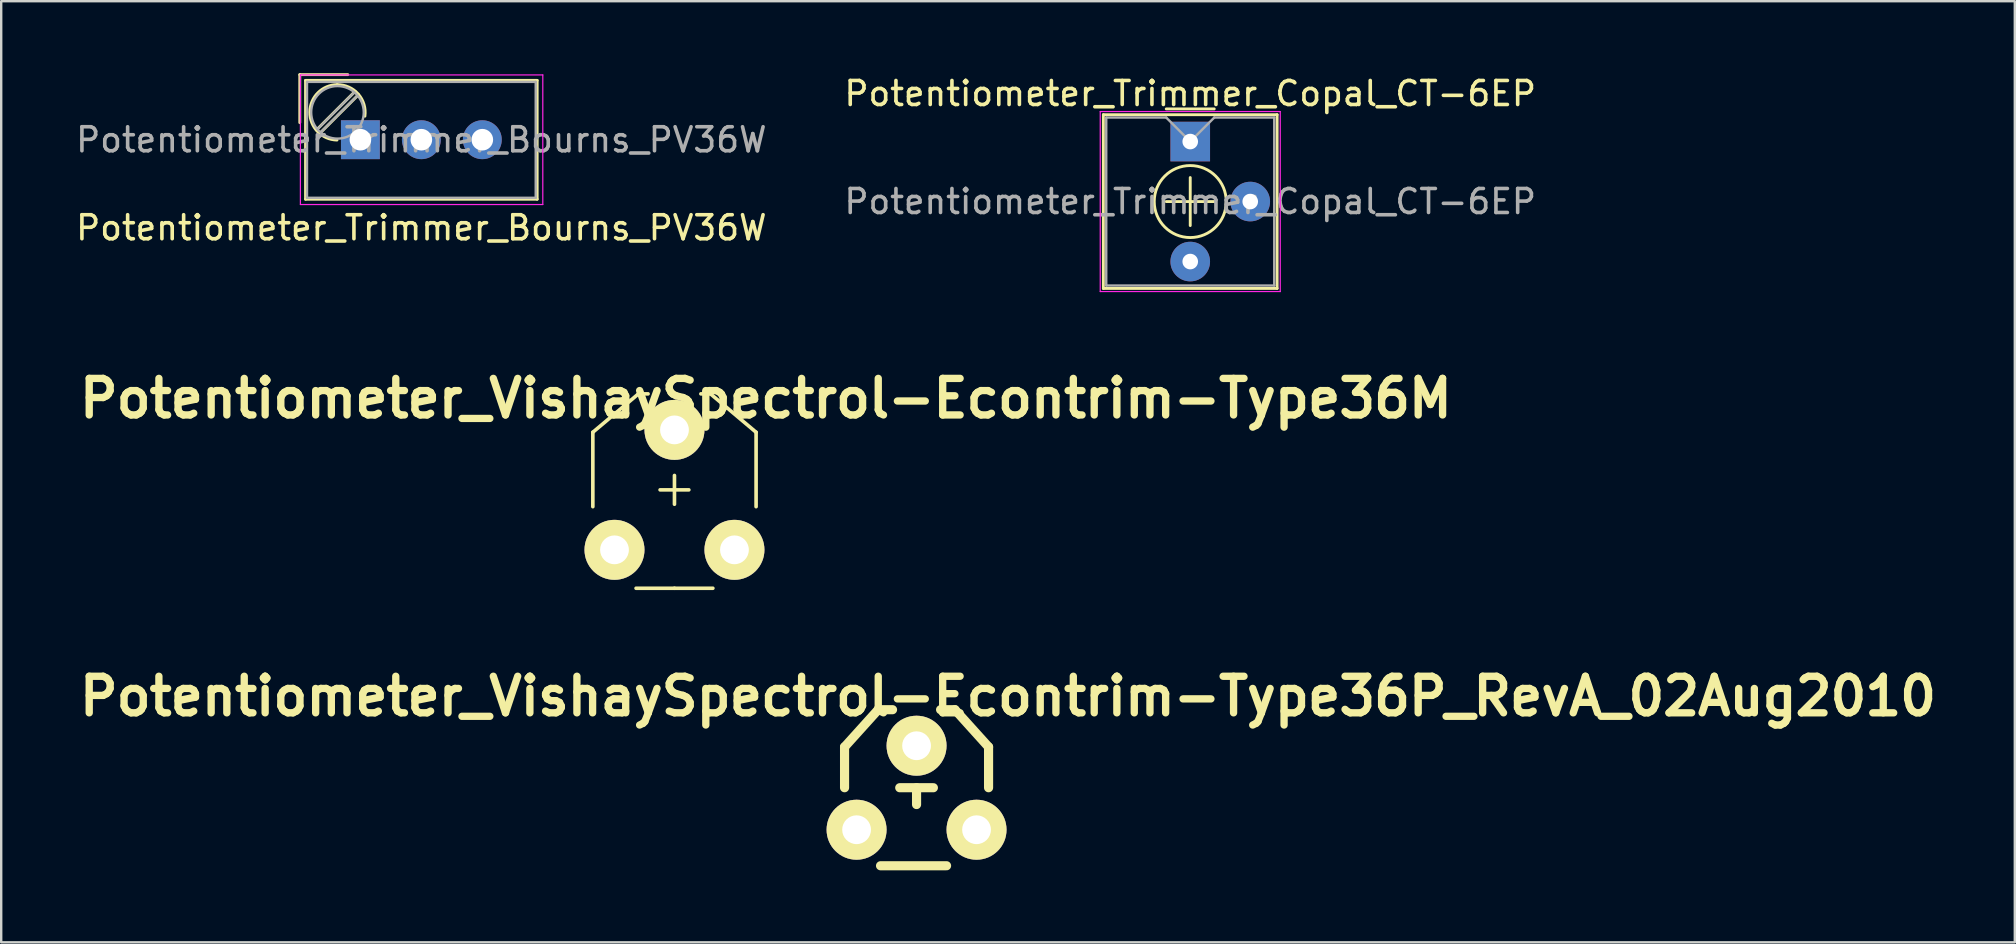
<source format=kicad_pcb>
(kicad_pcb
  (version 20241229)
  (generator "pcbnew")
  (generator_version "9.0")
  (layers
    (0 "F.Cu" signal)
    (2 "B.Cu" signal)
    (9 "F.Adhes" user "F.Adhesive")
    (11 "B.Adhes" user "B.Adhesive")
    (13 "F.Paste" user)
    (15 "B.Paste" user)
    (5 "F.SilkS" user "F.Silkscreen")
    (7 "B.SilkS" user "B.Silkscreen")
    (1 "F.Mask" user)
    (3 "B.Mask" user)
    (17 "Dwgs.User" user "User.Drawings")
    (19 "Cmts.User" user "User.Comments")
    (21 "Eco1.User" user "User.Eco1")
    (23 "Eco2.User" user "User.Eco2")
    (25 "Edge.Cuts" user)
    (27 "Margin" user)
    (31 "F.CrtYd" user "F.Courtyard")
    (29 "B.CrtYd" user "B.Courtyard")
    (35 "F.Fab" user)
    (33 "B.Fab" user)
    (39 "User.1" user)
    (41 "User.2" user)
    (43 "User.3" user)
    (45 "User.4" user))
  (footprint "Potentiometer_Trimmer_Copal_CT-6EP"
    (layer "F.Cu")
    (at 46.542 2.848)
    (property "Reference" "Potentiometer_Trimmer_Copal_CT-6EP" (at 0 -2 0) (layer "F.SilkS") (effects (font (size 1 1) (thickness 0.15))))
    (attr through_hole)
    (fp_line (start -3.62 -1.12) (end -3.62 6.12) (stroke (width 0.12) (type solid)) (layer "F.SilkS"))
    (fp_line (start -3.62 6.12) (end 3.62 6.12) (stroke (width 0.12) (type solid)) (layer "F.SilkS"))
    (fp_line (start -1 -1.36) (end 1 -1.36) (stroke (width 0.12) (type solid)) (layer "F.SilkS"))
    (fp_line (start -1 2.5) (end 1 2.5) (stroke (width 0.12) (type solid)) (layer "F.SilkS"))
    (fp_line (start 0 1.5) (end 0 3.5) (stroke (width 0.12) (type solid)) (layer "F.SilkS"))
    (fp_line (start 3.62 -1.12) (end -3.62 -1.12) (stroke (width 0.12) (type solid)) (layer "F.SilkS"))
    (fp_line (start 3.62 6.12) (end 3.62 -1.12) (stroke (width 0.12) (type solid)) (layer "F.SilkS"))
    (fp_circle (center 0 2.5) (end 1.5 2.5) (stroke (width 0.12) (type solid)) (fill no) (layer "F.SilkS"))
    (fp_line (start -3.75 -1.25) (end -3.75 6.25) (stroke (width 0.05) (type solid)) (layer "F.CrtYd"))
    (fp_line (start -3.75 6.25) (end 3.75 6.25) (stroke (width 0.05) (type solid)) (layer "F.CrtYd"))
    (fp_line (start 3.75 -1.25) (end -3.75 -1.25) (stroke (width 0.05) (type solid)) (layer "F.CrtYd"))
    (fp_line (start 3.75 6.25) (end 3.75 -1.25) (stroke (width 0.05) (type solid)) (layer "F.CrtYd"))
    (fp_line (start -3.5 -1) (end -1 -1) (stroke (width 0.1) (type solid)) (layer "F.Fab"))
    (fp_line (start -3.5 6) (end -3.5 -1) (stroke (width 0.1) (type solid)) (layer "F.Fab"))
    (fp_line (start -1 -1) (end 0 0) (stroke (width 0.1) (type solid)) (layer "F.Fab"))
    (fp_line (start 0 0) (end 1 -1) (stroke (width 0.1) (type solid)) (layer "F.Fab"))
    (fp_line (start 1 -1) (end 3.5 -1) (stroke (width 0.1) (type solid)) (layer "F.Fab"))
    (fp_line (start 3.5 -1) (end 3.5 6) (stroke (width 0.1) (type solid)) (layer "F.Fab"))
    (fp_line (start 3.5 6) (end -3.5 6) (stroke (width 0.1) (type solid)) (layer "F.Fab"))
    (fp_text user "${REFERENCE}" (at 0 2.5 0) (layer "F.Fab") (effects (font (size 1 1) (thickness 0.15))))
    (pad "1" thru_hole rect (at 0 0) (size 1.65 1.65) (drill 0.65) (layers "*.Cu" "*.Mask"))
    (pad "2" thru_hole circle (at 2.5 2.5) (size 1.65 1.65) (drill 0.65) (layers "*.Cu" "*.Mask"))
    (pad "3" thru_hole circle (at 0 5) (size 1.65 1.65) (drill 0.65) (layers "*.Cu" "*.Mask")))
  (footprint "Potentiometer_VishaySpectrol-Econtrim-Type36M"
    (layer "F.Cu")
    (at 25.052 17.36)
    (property "Reference" "Potentiometer_VishaySpectrol-Econtrim-Type36M" (at 3.81 -3.81 0) (layer "F.SilkS") (effects (font (size 1.524 1.524) (thickness 0.305))))
    (attr through_hole)
    (fp_line (start -3.401 -2.4) (end -3.401 0.701) (stroke (width 0.151) (type solid)) (layer "F.SilkS"))
    (fp_line (start -1.501 -4) (end -3.401 -2.4) (stroke (width 0.151) (type solid)) (layer "F.SilkS"))
    (fp_line (start -1.1 -4) (end -1.501 -4) (stroke (width 0.151) (type solid)) (layer "F.SilkS"))
    (fp_line (start 0 -0.599) (end 0 0.599) (stroke (width 0.151) (type solid)) (layer "F.SilkS"))
    (fp_line (start 0 4.1) (end -1.6 4.1) (stroke (width 0.151) (type solid)) (layer "F.SilkS"))
    (fp_line (start 0 4.1) (end 1.6 4.1) (stroke (width 0.151) (type solid)) (layer "F.SilkS"))
    (fp_line (start 0.599 0) (end -0.599 0) (stroke (width 0.151) (type solid)) (layer "F.SilkS"))
    (fp_line (start 1.1 -4) (end 1.501 -4) (stroke (width 0.151) (type solid)) (layer "F.SilkS"))
    (fp_line (start 1.501 -4) (end 3.401 -2.4) (stroke (width 0.151) (type solid)) (layer "F.SilkS"))
    (fp_line (start 3.401 -2.4) (end 3.401 0.701) (stroke (width 0.151) (type solid)) (layer "F.SilkS"))
    (pad "1" thru_hole circle (at -2.499 2.499) (size 2.499 2.499) (drill 1.199) (layers "*.Cu" "*.Mask" "F.SilkS"))
    (pad "2" thru_hole circle (at 0 -2.499) (size 2.499 2.499) (drill 1.199) (layers "*.Cu" "*.Mask" "F.SilkS"))
    (pad "3" thru_hole circle (at 2.499 2.499) (size 2.499 2.499) (drill 1.199) (layers "*.Cu" "*.Mask" "F.SilkS")))
  (footprint "Potentiometer_VishaySpectrol-Econtrim-Type36P_RevA_02Aug2010"
    (layer "F.Cu")
    (at 35.139 29.771)
    (property "Reference" "Potentiometer_VishaySpectrol-Econtrim-Type36P_RevA_02Aug2010" (at 3.81 -3.81 0) (layer "F.SilkS") (effects (font (size 1.524 1.524) (thickness 0.305))))
    (attr through_hole)
    (fp_line (start -3 -1.699) (end -3 0) (stroke (width 0.381) (type solid)) (layer "F.SilkS"))
    (fp_line (start -1.6 -3.251) (end -3 -1.699) (stroke (width 0.381) (type solid)) (layer "F.SilkS"))
    (fp_line (start -1.6 -3.251) (end -1.001 -3.251) (stroke (width 0.381) (type solid)) (layer "F.SilkS"))
    (fp_line (start -1.501 3.251) (end 1.25 3.251) (stroke (width 0.381) (type solid)) (layer "F.SilkS"))
    (fp_line (start -0.701 0) (end 0.701 0) (stroke (width 0.381) (type solid)) (layer "F.SilkS"))
    (fp_line (start 0 0) (end 0 0.701) (stroke (width 0.381) (type solid)) (layer "F.SilkS"))
    (fp_line (start 1.6 -3.251) (end 1.001 -3.251) (stroke (width 0.381) (type solid)) (layer "F.SilkS"))
    (fp_line (start 1.6 -3.251) (end 3 -1.699) (stroke (width 0.381) (type solid)) (layer "F.SilkS"))
    (fp_line (start 3 -1.699) (end 3 0) (stroke (width 0.381) (type solid)) (layer "F.SilkS"))
    (pad "1" thru_hole circle (at -2.499 1.75) (size 2.499 2.499) (drill 1.199) (layers "*.Cu" "*.Mask" "F.SilkS"))
    (pad "2" thru_hole circle (at 0 -1.75) (size 2.499 2.499) (drill 1.199) (layers "*.Cu" "*.Mask" "F.SilkS"))
    (pad "3" thru_hole circle (at 2.499 1.75) (size 2.499 2.499) (drill 1.199) (layers "*.Cu" "*.Mask" "F.SilkS")))
  (footprint "Potentiometer_Trimmer_Bourns_PV36W"
    (layer "F.Cu")
    (at 11.966 2.771)
    (property "Reference" "Potentiometer_Trimmer_Bourns_PV36W" (at 2.54 3.67 180) (layer "F.SilkS") (effects (font (size 1 1) (thickness 0.15))))
    (attr through_hole)
    (fp_line (start -2.525 -2.711) (end -0.525 -2.711) (stroke (width 0.12) (type solid)) (layer "F.SilkS"))
    (fp_line (start -2.525 -0.711) (end -2.525 -2.711) (stroke (width 0.12) (type solid)) (layer "F.SilkS"))
    (fp_line (start -2.285 -2.471) (end -2.285 2.48) (stroke (width 0.12) (type solid)) (layer "F.SilkS"))
    (fp_line (start -2.285 2.48) (end 7.365 2.48) (stroke (width 0.12) (type solid)) (layer "F.SilkS"))
    (fp_line (start -1.831 -0.406) (end -0.22 -2.016) (stroke (width 0.12) (type solid)) (layer "F.SilkS"))
    (fp_line (start -1.691 -0.265) (end -0.998 -0.957) (stroke (width 0.12) (type solid)) (layer "F.SilkS"))
    (fp_line (start -0.958 -0.998) (end -0.079 -1.875) (stroke (width 0.12) (type solid)) (layer "F.SilkS"))
    (fp_line (start 7.365 -2.471) (end -2.285 -2.471) (stroke (width 0.12) (type solid)) (layer "F.SilkS"))
    (fp_line (start 7.365 2.48) (end 7.365 -2.471) (stroke (width 0.12) (type solid)) (layer "F.SilkS"))
    (fp_arc (start -0.975774 -2.293957) (mid -0.091016 -1.905232) (end 0.188 -0.98) (stroke (width 0.12) (type solid)) (layer "F.SilkS"))
    (fp_arc (start -0.975158 0.014824) (mid -2.109956 -1.150079) (end -0.955 -2.295) (stroke (width 0.12) (type solid)) (layer "F.SilkS"))
    (fp_line (start -2.5 -2.7) (end -2.5 2.7) (stroke (width 0.05) (type solid)) (layer "F.CrtYd"))
    (fp_line (start -2.5 2.7) (end 7.6 2.7) (stroke (width 0.05) (type solid)) (layer "F.CrtYd"))
    (fp_line (start 7.6 -2.7) (end -2.5 -2.7) (stroke (width 0.05) (type solid)) (layer "F.CrtYd"))
    (fp_line (start 7.6 2.7) (end 7.6 -2.7) (stroke (width 0.05) (type solid)) (layer "F.CrtYd"))
    (fp_line (start -2.225 -2.41) (end -2.225 2.42) (stroke (width 0.1) (type solid)) (layer "F.Fab"))
    (fp_line (start -2.225 2.42) (end 7.305 2.42) (stroke (width 0.1) (type solid)) (layer "F.Fab"))
    (fp_line (start -1.786 -0.444) (end -0.259 -1.971) (stroke (width 0.1) (type solid)) (layer "F.Fab"))
    (fp_line (start -1.652 -0.31) (end -0.125 -1.837) (stroke (width 0.1) (type solid)) (layer "F.Fab"))
    (fp_line (start 7.305 -2.41) (end -2.225 -2.41) (stroke (width 0.1) (type solid)) (layer "F.Fab"))
    (fp_line (start 7.305 2.42) (end 7.305 -2.41) (stroke (width 0.1) (type solid)) (layer "F.Fab"))
    (fp_circle (center -0.955 -1.14) (end 0.14 -1.14) (stroke (width 0.1) (type solid)) (fill no) (layer "F.Fab"))
    (fp_text user "${REFERENCE}" (at 2.54 0.005 180) (layer "F.Fab") (effects (font (size 1 1) (thickness 0.15))))
    (pad "1" thru_hole rect (at 0 0 180) (size 1.62 1.62) (drill 0.9) (layers "*.Cu" "*.Mask"))
    (pad "2" thru_hole circle (at 2.54 0 180) (size 1.62 1.62) (drill 0.9) (layers "*.Cu" "*.Mask"))
    (pad "3" thru_hole circle (at 5.08 0 180) (size 1.62 1.62) (drill 0.9) (layers "*.Cu" "*.Mask")))
  (gr_rect
    (start -3 -3)
    (end 80.898 36.213)
    (stroke (width 0.1) (type default))
    (fill no)
    (layer "Edge.Cuts")))
</source>
